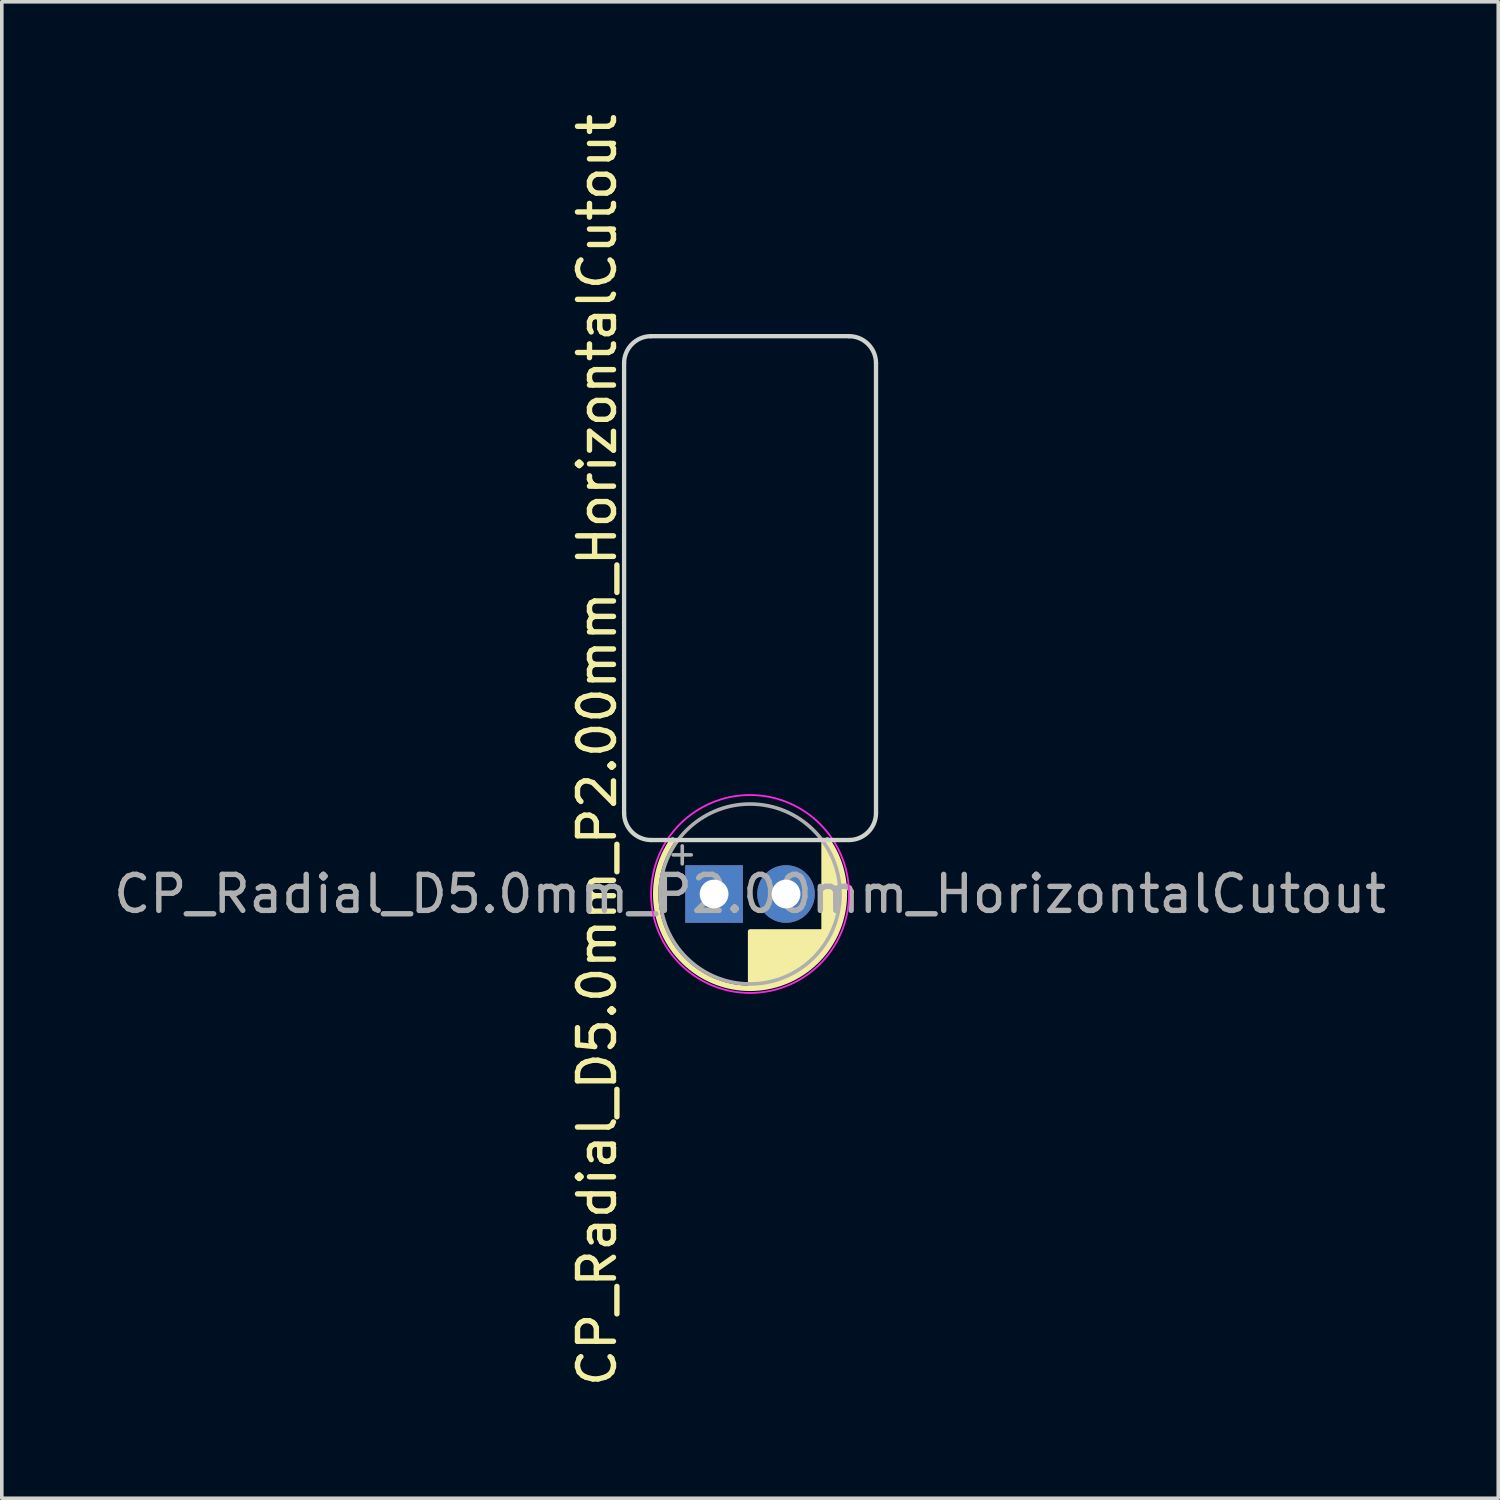
<source format=kicad_pcb>
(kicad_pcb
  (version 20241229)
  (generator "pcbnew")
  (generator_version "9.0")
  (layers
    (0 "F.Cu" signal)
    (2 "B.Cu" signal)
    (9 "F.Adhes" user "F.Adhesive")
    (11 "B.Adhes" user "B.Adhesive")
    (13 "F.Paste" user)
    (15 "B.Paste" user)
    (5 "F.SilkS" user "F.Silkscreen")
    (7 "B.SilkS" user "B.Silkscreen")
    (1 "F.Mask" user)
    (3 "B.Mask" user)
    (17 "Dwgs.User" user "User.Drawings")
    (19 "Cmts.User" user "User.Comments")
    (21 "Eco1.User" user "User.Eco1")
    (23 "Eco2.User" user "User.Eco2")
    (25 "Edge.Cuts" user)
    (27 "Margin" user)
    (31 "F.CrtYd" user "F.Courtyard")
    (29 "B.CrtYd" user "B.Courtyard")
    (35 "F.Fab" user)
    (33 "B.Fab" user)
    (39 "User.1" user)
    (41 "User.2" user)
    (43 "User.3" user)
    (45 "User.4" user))
  (footprint "CP_Radial_D5.0mm_P2.00mm_HorizontalCutout"
    (layer "F.Cu")
    (at 16.792 21.792)
    (property "Reference" "CP_Radial_D5.0mm_P2.00mm_HorizontalCutout" (at -3.25 -4 90) (layer "F.SilkS") (effects (font (size 1 1) (thickness 0.15))))
    (attr through_hole)
    (fp_line (start 1 1.04) (end 1 2.58) (stroke (width 0.12) (type solid)) (layer "F.SilkS"))
    (fp_line (start 1.04 1.04) (end 1.04 2.58) (stroke (width 0.12) (type solid)) (layer "F.SilkS"))
    (fp_line (start 1.08 1.04) (end 1.08 2.579) (stroke (width 0.12) (type solid)) (layer "F.SilkS"))
    (fp_line (start 1.12 1.04) (end 1.12 2.578) (stroke (width 0.12) (type solid)) (layer "F.SilkS"))
    (fp_line (start 1.16 1.04) (end 1.16 2.576) (stroke (width 0.12) (type solid)) (layer "F.SilkS"))
    (fp_line (start 1.2 1.04) (end 1.2 2.573) (stroke (width 0.12) (type solid)) (layer "F.SilkS"))
    (fp_line (start 1.24 1.04) (end 1.24 2.569) (stroke (width 0.12) (type solid)) (layer "F.SilkS"))
    (fp_line (start 1.28 1.04) (end 1.28 2.565) (stroke (width 0.12) (type solid)) (layer "F.SilkS"))
    (fp_line (start 1.32 1.04) (end 1.32 2.561) (stroke (width 0.12) (type solid)) (layer "F.SilkS"))
    (fp_line (start 1.36 1.04) (end 1.36 2.556) (stroke (width 0.12) (type solid)) (layer "F.SilkS"))
    (fp_line (start 1.4 1.04) (end 1.4 2.55) (stroke (width 0.12) (type solid)) (layer "F.SilkS"))
    (fp_line (start 1.44 1.04) (end 1.44 2.543) (stroke (width 0.12) (type solid)) (layer "F.SilkS"))
    (fp_line (start 1.48 1.04) (end 1.48 2.536) (stroke (width 0.12) (type solid)) (layer "F.SilkS"))
    (fp_line (start 1.52 1.04) (end 1.52 2.528) (stroke (width 0.12) (type solid)) (layer "F.SilkS"))
    (fp_line (start 1.56 1.04) (end 1.56 2.52) (stroke (width 0.12) (type solid)) (layer "F.SilkS"))
    (fp_line (start 1.6 1.04) (end 1.6 2.511) (stroke (width 0.12) (type solid)) (layer "F.SilkS"))
    (fp_line (start 1.64 1.04) (end 1.64 2.501) (stroke (width 0.12) (type solid)) (layer "F.SilkS"))
    (fp_line (start 1.68 1.04) (end 1.68 2.491) (stroke (width 0.12) (type solid)) (layer "F.SilkS"))
    (fp_line (start 1.721 1.04) (end 1.721 2.48) (stroke (width 0.12) (type solid)) (layer "F.SilkS"))
    (fp_line (start 1.761 1.04) (end 1.761 2.468) (stroke (width 0.12) (type solid)) (layer "F.SilkS"))
    (fp_line (start 1.801 1.04) (end 1.801 2.455) (stroke (width 0.12) (type solid)) (layer "F.SilkS"))
    (fp_line (start 1.841 1.04) (end 1.841 2.442) (stroke (width 0.12) (type solid)) (layer "F.SilkS"))
    (fp_line (start 1.881 1.04) (end 1.881 2.428) (stroke (width 0.12) (type solid)) (layer "F.SilkS"))
    (fp_line (start 1.921 1.04) (end 1.921 2.414) (stroke (width 0.12) (type solid)) (layer "F.SilkS"))
    (fp_line (start 1.961 1.04) (end 1.961 2.398) (stroke (width 0.12) (type solid)) (layer "F.SilkS"))
    (fp_line (start 2.001 1.04) (end 2.001 2.382) (stroke (width 0.12) (type solid)) (layer "F.SilkS"))
    (fp_line (start 2.041 1.04) (end 2.041 2.365) (stroke (width 0.12) (type solid)) (layer "F.SilkS"))
    (fp_line (start 2.081 1.04) (end 2.081 2.348) (stroke (width 0.12) (type solid)) (layer "F.SilkS"))
    (fp_line (start 2.121 1.04) (end 2.121 2.329) (stroke (width 0.12) (type solid)) (layer "F.SilkS"))
    (fp_line (start 2.161 1.04) (end 2.161 2.31) (stroke (width 0.12) (type solid)) (layer "F.SilkS"))
    (fp_line (start 2.201 1.04) (end 2.201 2.29) (stroke (width 0.12) (type solid)) (layer "F.SilkS"))
    (fp_line (start 2.241 1.04) (end 2.241 2.268) (stroke (width 0.12) (type solid)) (layer "F.SilkS"))
    (fp_line (start 2.281 1.04) (end 2.281 2.247) (stroke (width 0.12) (type solid)) (layer "F.SilkS"))
    (fp_line (start 2.321 1.04) (end 2.321 2.224) (stroke (width 0.12) (type solid)) (layer "F.SilkS"))
    (fp_line (start 2.361 1.04) (end 2.361 2.2) (stroke (width 0.12) (type solid)) (layer "F.SilkS"))
    (fp_line (start 2.401 1.04) (end 2.401 2.175) (stroke (width 0.12) (type solid)) (layer "F.SilkS"))
    (fp_line (start 2.441 1.04) (end 2.441 2.149) (stroke (width 0.12) (type solid)) (layer "F.SilkS"))
    (fp_line (start 2.481 1.04) (end 2.481 2.122) (stroke (width 0.12) (type solid)) (layer "F.SilkS"))
    (fp_line (start 2.521 1.04) (end 2.521 2.095) (stroke (width 0.12) (type solid)) (layer "F.SilkS"))
    (fp_line (start 2.561 1.04) (end 2.561 2.065) (stroke (width 0.12) (type solid)) (layer "F.SilkS"))
    (fp_line (start 2.601 1.04) (end 2.601 2.035) (stroke (width 0.12) (type solid)) (layer "F.SilkS"))
    (fp_line (start 2.641 1.04) (end 2.641 2.004) (stroke (width 0.12) (type solid)) (layer "F.SilkS"))
    (fp_line (start 2.681 1.04) (end 2.681 1.971) (stroke (width 0.12) (type solid)) (layer "F.SilkS"))
    (fp_line (start 2.721 1.04) (end 2.721 1.937) (stroke (width 0.12) (type solid)) (layer "F.SilkS"))
    (fp_line (start 2.761 1.04) (end 2.761 1.901) (stroke (width 0.12) (type solid)) (layer "F.SilkS"))
    (fp_line (start 2.801 1.04) (end 2.801 1.864) (stroke (width 0.12) (type solid)) (layer "F.SilkS"))
    (fp_line (start 2.841 1.04) (end 2.841 1.826) (stroke (width 0.12) (type solid)) (layer "F.SilkS"))
    (fp_line (start 2.881 1.04) (end 2.881 1.785) (stroke (width 0.12) (type solid)) (layer "F.SilkS"))
    (fp_line (start 2.921 1.04) (end 2.921 1.743) (stroke (width 0.12) (type solid)) (layer "F.SilkS"))
    (fp_line (start 2.961 1.04) (end 2.961 1.699) (stroke (width 0.12) (type solid)) (layer "F.SilkS"))
    (fp_line (start 3.001 1.04) (end 3.001 1.653) (stroke (width 0.12) (type solid)) (layer "F.SilkS"))
    (fp_line (start 3.041 -1.5) (end 3.041 1.605) (stroke (width 0.12) (type solid)) (layer "F.SilkS"))
    (fp_line (start 3.081 -1.5) (end 3.081 1.554) (stroke (width 0.12) (type solid)) (layer "F.SilkS"))
    (fp_line (start 3.121 -1.5) (end 3.121 1.5) (stroke (width 0.12) (type solid)) (layer "F.SilkS"))
    (fp_line (start 3.161 -1.443) (end 3.161 1.443) (stroke (width 0.12) (type solid)) (layer "F.SilkS"))
    (fp_line (start 3.201 -1.383) (end 3.201 1.383) (stroke (width 0.12) (type solid)) (layer "F.SilkS"))
    (fp_line (start 3.241 -1.319) (end 3.241 1.319) (stroke (width 0.12) (type solid)) (layer "F.SilkS"))
    (fp_line (start 3.281 -1.251) (end 3.281 1.251) (stroke (width 0.12) (type solid)) (layer "F.SilkS"))
    (fp_line (start 3.321 -1.178) (end 3.321 1.178) (stroke (width 0.12) (type solid)) (layer "F.SilkS"))
    (fp_line (start 3.361 -1.098) (end 3.361 1.098) (stroke (width 0.12) (type solid)) (layer "F.SilkS"))
    (fp_line (start 3.401 -1.011) (end 3.401 1.011) (stroke (width 0.12) (type solid)) (layer "F.SilkS"))
    (fp_line (start 3.441 -0.915) (end 3.441 0.915) (stroke (width 0.12) (type solid)) (layer "F.SilkS"))
    (fp_line (start 3.481 -0.805) (end 3.481 0.805) (stroke (width 0.12) (type solid)) (layer "F.SilkS"))
    (fp_line (start 3.521 -0.677) (end 3.521 0.677) (stroke (width 0.12) (type solid)) (layer "F.SilkS"))
    (fp_line (start 3.561 -0.518) (end 3.561 0.518) (stroke (width 0.12) (type solid)) (layer "F.SilkS"))
    (fp_line (start 3.601 -0.284) (end 3.601 0.284) (stroke (width 0.12) (type solid)) (layer "F.SilkS"))
    (fp_arc (start 3.15013 -1.499813) (mid 0.999887 2.621545) (end -1.15 -1.499999) (stroke (width 0.15) (type solid)) (layer "F.SilkS"))
    (fp_line (start -2.5 -14.75) (end -2.5 -2.25) (stroke (width 0.12) (type solid)) (layer "Edge.Cuts"))
    (fp_line (start -1.75 -1.5) (end 3.75 -1.5) (stroke (width 0.12) (type solid)) (layer "Edge.Cuts"))
    (fp_line (start 3.75 -15.5) (end -1.75 -15.5) (stroke (width 0.12) (type solid)) (layer "Edge.Cuts"))
    (fp_line (start 4.5 -2.25) (end 4.5 -14.75) (stroke (width 0.12) (type solid)) (layer "Edge.Cuts"))
    (fp_arc (start -2.5 -14.75) (mid -2.28033 -15.28033) (end -1.75 -15.5) (stroke (width 0.12) (type solid)) (layer "Edge.Cuts"))
    (fp_arc (start -1.75 -1.5) (mid -2.28033 -1.71967) (end -2.5 -2.25) (stroke (width 0.12) (type solid)) (layer "Edge.Cuts"))
    (fp_arc (start 3.75 -15.5) (mid 4.28033 -15.28033) (end 4.5 -14.75) (stroke (width 0.12) (type solid)) (layer "Edge.Cuts"))
    (fp_arc (start 4.5 -2.25) (mid 4.28033 -1.71967) (end 3.75 -1.5) (stroke (width 0.12) (type solid)) (layer "Edge.Cuts"))
    (fp_circle (center 1 0) (end 3.75 0) (stroke (width 0.05) (type solid)) (fill no) (layer "F.CrtYd"))
    (fp_line (start -1.134 -1.087) (end -0.634 -1.087) (stroke (width 0.1) (type solid)) (layer "F.Fab"))
    (fp_line (start -0.884 -1.337) (end -0.884 -0.838) (stroke (width 0.1) (type solid)) (layer "F.Fab"))
    (fp_circle (center 1 0) (end 3.5 0) (stroke (width 0.1) (type solid)) (fill no) (layer "F.Fab"))
    (fp_text user "${REFERENCE}" (at 1 0 0) (layer "F.Fab") (effects (font (size 1 1) (thickness 0.15))))
    (pad "1" thru_hole rect (at 0 0) (size 1.6 1.6) (drill 0.8) (layers "*.Cu" "*.Mask"))
    (pad "2" thru_hole circle (at 2 0) (size 1.6 1.6) (drill 0.8) (layers "*.Cu" "*.Mask")))
  (gr_rect
    (start -3 -3)
    (end 38.583 38.583)
    (stroke (width 0.1) (type default))
    (fill no)
    (layer "Edge.Cuts")))
</source>
